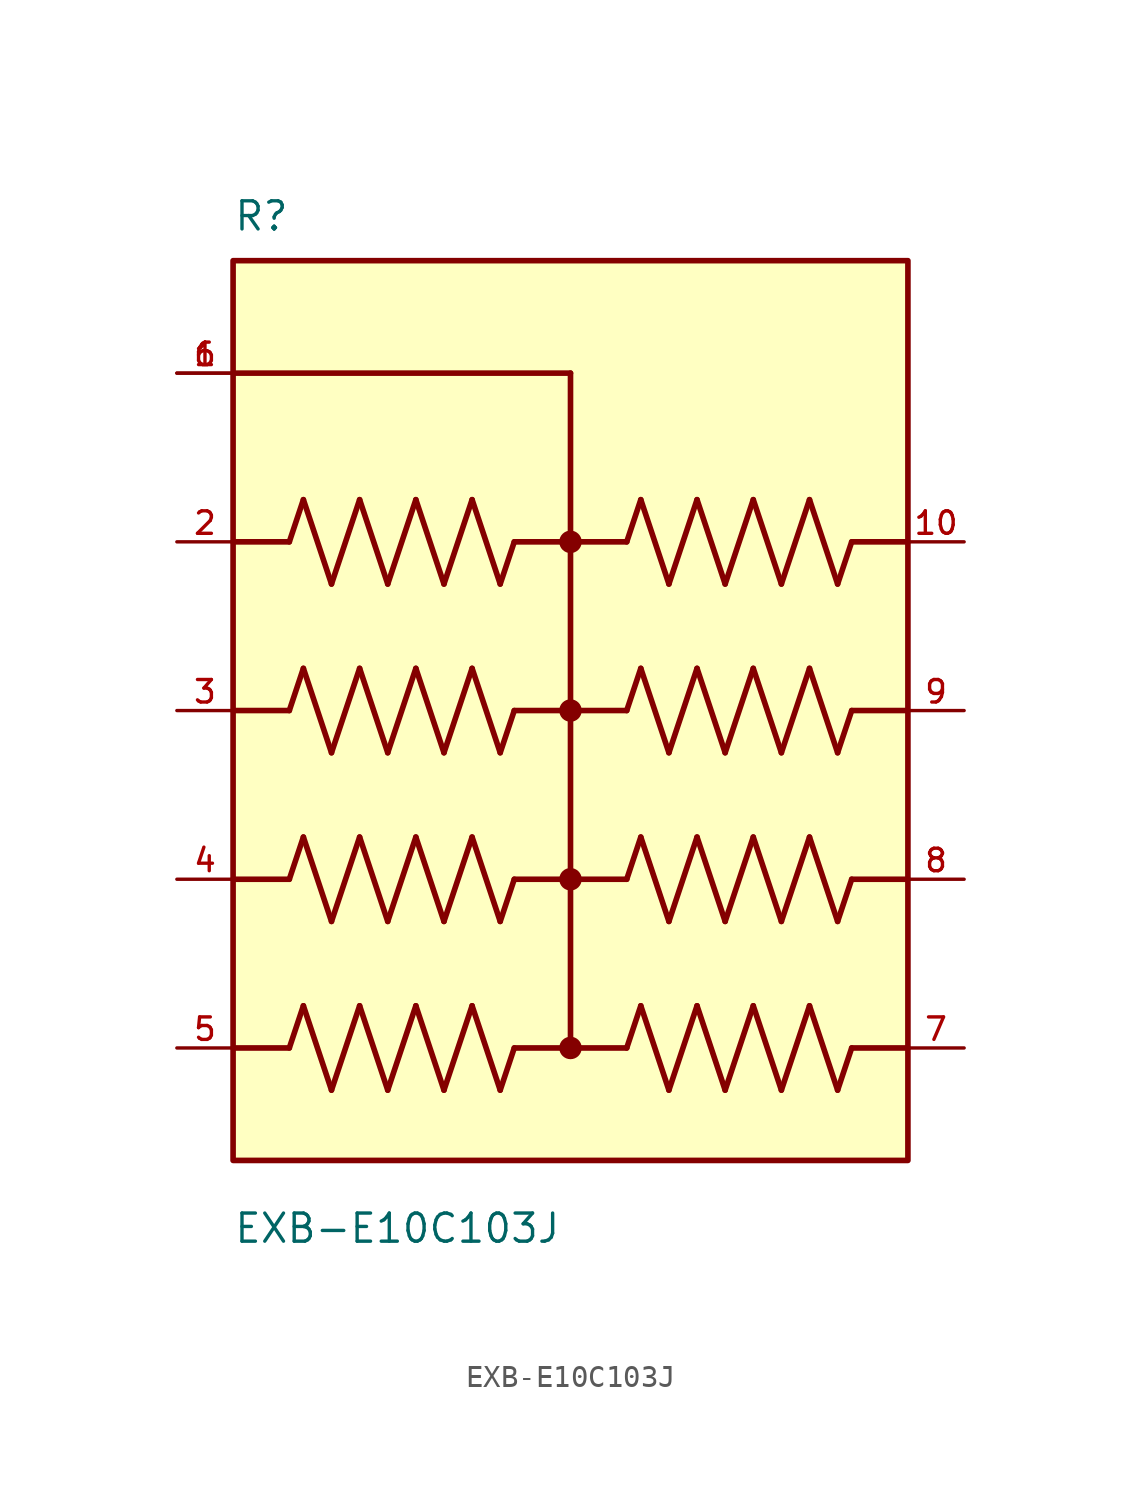
<source format=kicad_sym>
(kicad_symbol_lib
  (version 20211014)
  (generator kicad_symbol_editor)
  (symbol "EXB-E10C103J"
    (pin_names
      (offset 1.016))
    (property "Reference" "R"
      (at -15.24 21.59 0)
      (effects (font (size 1.27 1.27)) (justify bottom left)))
    (property "Value" "EXB-E10C103J"
      (at -15.24 -24.13 0)
      (effects (font (size 1.27 1.27)) (justify bottom left)))
    (symbol "EXB-E10C103J_0_0"
      (polyline (pts (xy -12.7 7.62) (xy -12.065 9.525)) (stroke (width 0.254)))
      (polyline (pts (xy -12.065 9.525) (xy -10.795 5.715)) (stroke (width 0.254)))
      (polyline (pts (xy -10.795 5.715) (xy -9.525 9.525)) (stroke (width 0.254)))
      (polyline (pts (xy -9.525 9.525) (xy -8.255 5.715)) (stroke (width 0.254)))
      (polyline (pts (xy -8.255 5.715) (xy -6.985 9.525)) (stroke (width 0.254)))
      (polyline (pts (xy -6.985 9.525) (xy -5.715 5.715)) (stroke (width 0.254)))
      (polyline (pts (xy -5.715 5.715) (xy -4.445 9.525)) (stroke (width 0.254)))
      (polyline (pts (xy -4.445 9.525) (xy -3.175 5.715)) (stroke (width 0.254)))
      (polyline (pts (xy -3.175 5.715) (xy -2.54 7.62)) (stroke (width 0.254)))
      (polyline (pts (xy -12.7 0.0) (xy -12.065 1.905)) (stroke (width 0.254)))
      (polyline (pts (xy -12.065 1.905) (xy -10.795 -1.905)) (stroke (width 0.254)))
      (polyline (pts (xy -10.795 -1.905) (xy -9.525 1.905)) (stroke (width 0.254)))
      (polyline (pts (xy -9.525 1.905) (xy -8.255 -1.905)) (stroke (width 0.254)))
      (polyline (pts (xy -8.255 -1.905) (xy -6.985 1.905)) (stroke (width 0.254)))
      (polyline (pts (xy -6.985 1.905) (xy -5.715 -1.905)) (stroke (width 0.254)))
      (polyline (pts (xy -5.715 -1.905) (xy -4.445 1.905)) (stroke (width 0.254)))
      (polyline (pts (xy -4.445 1.905) (xy -3.175 -1.905)) (stroke (width 0.254)))
      (polyline (pts (xy -3.175 -1.905) (xy -2.54 0.0)) (stroke (width 0.254)))
      (polyline (pts (xy -12.7 -7.62) (xy -12.065 -5.715)) (stroke (width 0.254)))
      (polyline (pts (xy -12.065 -5.715) (xy -10.795 -9.525)) (stroke (width 0.254)))
      (polyline (pts (xy -10.795 -9.525) (xy -9.525 -5.715)) (stroke (width 0.254)))
      (polyline (pts (xy -9.525 -5.715) (xy -8.255 -9.525)) (stroke (width 0.254)))
      (polyline (pts (xy -8.255 -9.525) (xy -6.985 -5.715)) (stroke (width 0.254)))
      (polyline (pts (xy -6.985 -5.715) (xy -5.715 -9.525)) (stroke (width 0.254)))
      (polyline (pts (xy -5.715 -9.525) (xy -4.445 -5.715)) (stroke (width 0.254)))
      (polyline (pts (xy -4.445 -5.715) (xy -3.175 -9.525)) (stroke (width 0.254)))
      (polyline (pts (xy -3.175 -9.525) (xy -2.54 -7.62)) (stroke (width 0.254)))
      (polyline (pts (xy -12.7 -15.24) (xy -12.065 -13.335)) (stroke (width 0.254)))
      (polyline (pts (xy -12.065 -13.335) (xy -10.795 -17.145)) (stroke (width 0.254)))
      (polyline (pts (xy -10.795 -17.145) (xy -9.525 -13.335)) (stroke (width 0.254)))
      (polyline (pts (xy -9.525 -13.335) (xy -8.255 -17.145)) (stroke (width 0.254)))
      (polyline (pts (xy -8.255 -17.145) (xy -6.985 -13.335)) (stroke (width 0.254)))
      (polyline (pts (xy -6.985 -13.335) (xy -5.715 -17.145)) (stroke (width 0.254)))
      (polyline (pts (xy -5.715 -17.145) (xy -4.445 -13.335)) (stroke (width 0.254)))
      (polyline (pts (xy -4.445 -13.335) (xy -3.175 -17.145)) (stroke (width 0.254)))
      (polyline (pts (xy -3.175 -17.145) (xy -2.54 -15.24)) (stroke (width 0.254)))
      (polyline (pts (xy -12.7 7.62) (xy -15.24 7.62)) (stroke (width 0.254)))
      (polyline (pts (xy -12.7 0.0) (xy -15.24 0.0)) (stroke (width 0.254)))
      (polyline (pts (xy -12.7 -7.62) (xy -15.24 -7.62)) (stroke (width 0.254)))
      (polyline (pts (xy -12.7 -15.24) (xy -15.24 -15.24)) (stroke (width 0.254)))
      (polyline (pts (xy 2.54 7.62) (xy 3.175 9.525)) (stroke (width 0.254)))
      (polyline (pts (xy 3.175 9.525) (xy 4.445 5.715)) (stroke (width 0.254)))
      (polyline (pts (xy 4.445 5.715) (xy 5.715 9.525)) (stroke (width 0.254)))
      (polyline (pts (xy 5.715 9.525) (xy 6.985 5.715)) (stroke (width 0.254)))
      (polyline (pts (xy 6.985 5.715) (xy 8.255 9.525)) (stroke (width 0.254)))
      (polyline (pts (xy 8.255 9.525) (xy 9.525 5.715)) (stroke (width 0.254)))
      (polyline (pts (xy 9.525 5.715) (xy 10.795 9.525)) (stroke (width 0.254)))
      (polyline (pts (xy 10.795 9.525) (xy 12.065 5.715)) (stroke (width 0.254)))
      (polyline (pts (xy 12.065 5.715) (xy 12.7 7.62)) (stroke (width 0.254)))
      (polyline (pts (xy 2.54 0.0) (xy 3.175 1.905)) (stroke (width 0.254)))
      (polyline (pts (xy 3.175 1.905) (xy 4.445 -1.905)) (stroke (width 0.254)))
      (polyline (pts (xy 4.445 -1.905) (xy 5.715 1.905)) (stroke (width 0.254)))
      (polyline (pts (xy 5.715 1.905) (xy 6.985 -1.905)) (stroke (width 0.254)))
      (polyline (pts (xy 6.985 -1.905) (xy 8.255 1.905)) (stroke (width 0.254)))
      (polyline (pts (xy 8.255 1.905) (xy 9.525 -1.905)) (stroke (width 0.254)))
      (polyline (pts (xy 9.525 -1.905) (xy 10.795 1.905)) (stroke (width 0.254)))
      (polyline (pts (xy 10.795 1.905) (xy 12.065 -1.905)) (stroke (width 0.254)))
      (polyline (pts (xy 12.065 -1.905) (xy 12.7 0.0)) (stroke (width 0.254)))
      (polyline (pts (xy 2.54 -7.62) (xy 3.175 -5.715)) (stroke (width 0.254)))
      (polyline (pts (xy 3.175 -5.715) (xy 4.445 -9.525)) (stroke (width 0.254)))
      (polyline (pts (xy 4.445 -9.525) (xy 5.715 -5.715)) (stroke (width 0.254)))
      (polyline (pts (xy 5.715 -5.715) (xy 6.985 -9.525)) (stroke (width 0.254)))
      (polyline (pts (xy 6.985 -9.525) (xy 8.255 -5.715)) (stroke (width 0.254)))
      (polyline (pts (xy 8.255 -5.715) (xy 9.525 -9.525)) (stroke (width 0.254)))
      (polyline (pts (xy 9.525 -9.525) (xy 10.795 -5.715)) (stroke (width 0.254)))
      (polyline (pts (xy 10.795 -5.715) (xy 12.065 -9.525)) (stroke (width 0.254)))
      (polyline (pts (xy 12.065 -9.525) (xy 12.7 -7.62)) (stroke (width 0.254)))
      (polyline (pts (xy 2.54 -15.24) (xy 3.175 -13.335)) (stroke (width 0.254)))
      (polyline (pts (xy 3.175 -13.335) (xy 4.445 -17.145)) (stroke (width 0.254)))
      (polyline (pts (xy 4.445 -17.145) (xy 5.715 -13.335)) (stroke (width 0.254)))
      (polyline (pts (xy 5.715 -13.335) (xy 6.985 -17.145)) (stroke (width 0.254)))
      (polyline (pts (xy 6.985 -17.145) (xy 8.255 -13.335)) (stroke (width 0.254)))
      (polyline (pts (xy 8.255 -13.335) (xy 9.525 -17.145)) (stroke (width 0.254)))
      (polyline (pts (xy 9.525 -17.145) (xy 10.795 -13.335)) (stroke (width 0.254)))
      (polyline (pts (xy 10.795 -13.335) (xy 12.065 -17.145)) (stroke (width 0.254)))
      (polyline (pts (xy 12.065 -17.145) (xy 12.7 -15.24)) (stroke (width 0.254)))
      (polyline (pts (xy 2.54 7.62) (xy -2.54 7.62)) (stroke (width 0.254)))
      (polyline (pts (xy 2.54 0.0) (xy -2.54 0.0)) (stroke (width 0.254)))
      (polyline (pts (xy 2.54 -7.62) (xy -2.54 -7.62)) (stroke (width 0.254)))
      (polyline (pts (xy 2.54 -15.24) (xy -2.54 -15.24)) (stroke (width 0.254)))
      (polyline (pts (xy 12.7 7.62) (xy 15.24 7.62)) (stroke (width 0.254)))
      (polyline (pts (xy 12.7 0.0) (xy 15.24 0.0)) (stroke (width 0.254)))
      (polyline (pts (xy 12.7 -7.62) (xy 15.24 -7.62)) (stroke (width 0.254)))
      (polyline (pts (xy 12.7 -15.24) (xy 15.24 -15.24)) (stroke (width 0.254)))
      (circle (center 0.0 7.62) (radius 0.254) (stroke (width 0.508)) (fill (type none)))
      (circle (center 0.0 0.0) (radius 0.254) (stroke (width 0.508)) (fill (type none)))
      (circle (center 0.0 -7.62) (radius 0.254) (stroke (width 0.508)) (fill (type none)))
      (circle (center 0.0 -15.24) (radius 0.254) (stroke (width 0.508)) (fill (type none)))
      (polyline (pts (xy 0.0 -15.24) (xy 0.0 15.24)) (stroke (width 0.254)))
      (polyline (pts (xy 0.0 15.24) (xy -15.24 15.24)) (stroke (width 0.254)))
      (rectangle (start -15.24 -20.32) (end 15.24 20.32) (stroke (width 0.254)) (fill (type background)))
      (pin passive line (at -17.78 15.24 0) (length 2.54) (name "~" (effects (font (size 1.016 1.016)))) (number "1" (effects (font (size 1.016 1.016)))))
      (pin passive line (at -17.78 7.62 0) (length 2.54) (name "~" (effects (font (size 1.016 1.016)))) (number "2" (effects (font (size 1.016 1.016)))))
      (pin passive line (at -17.78 0.0 0) (length 2.54) (name "~" (effects (font (size 1.016 1.016)))) (number "3" (effects (font (size 1.016 1.016)))))
      (pin passive line (at -17.78 -7.62 0) (length 2.54) (name "~" (effects (font (size 1.016 1.016)))) (number "4" (effects (font (size 1.016 1.016)))))
      (pin passive line (at -17.78 -15.24 0) (length 2.54) (name "~" (effects (font (size 1.016 1.016)))) (number "5" (effects (font (size 1.016 1.016)))))
      (pin passive line (at 17.78 -15.24 180.0) (length 2.54) (name "~" (effects (font (size 1.016 1.016)))) (number "7" (effects (font (size 1.016 1.016)))))
      (pin passive line (at 17.78 -7.62 180.0) (length 2.54) (name "~" (effects (font (size 1.016 1.016)))) (number "8" (effects (font (size 1.016 1.016)))))
      (pin passive line (at 17.78 0.0 180.0) (length 2.54) (name "~" (effects (font (size 1.016 1.016)))) (number "9" (effects (font (size 1.016 1.016)))))
      (pin passive line (at 17.78 7.62 180.0) (length 2.54) (name "~" (effects (font (size 1.016 1.016)))) (number "10" (effects (font (size 1.016 1.016)))))
      (pin passive line (at -17.78 15.24 0) (length 2.54) (name "~" (effects (font (size 1.016 1.016)))) (number "6" (effects (font (size 1.016 1.016))))))))
</source>
